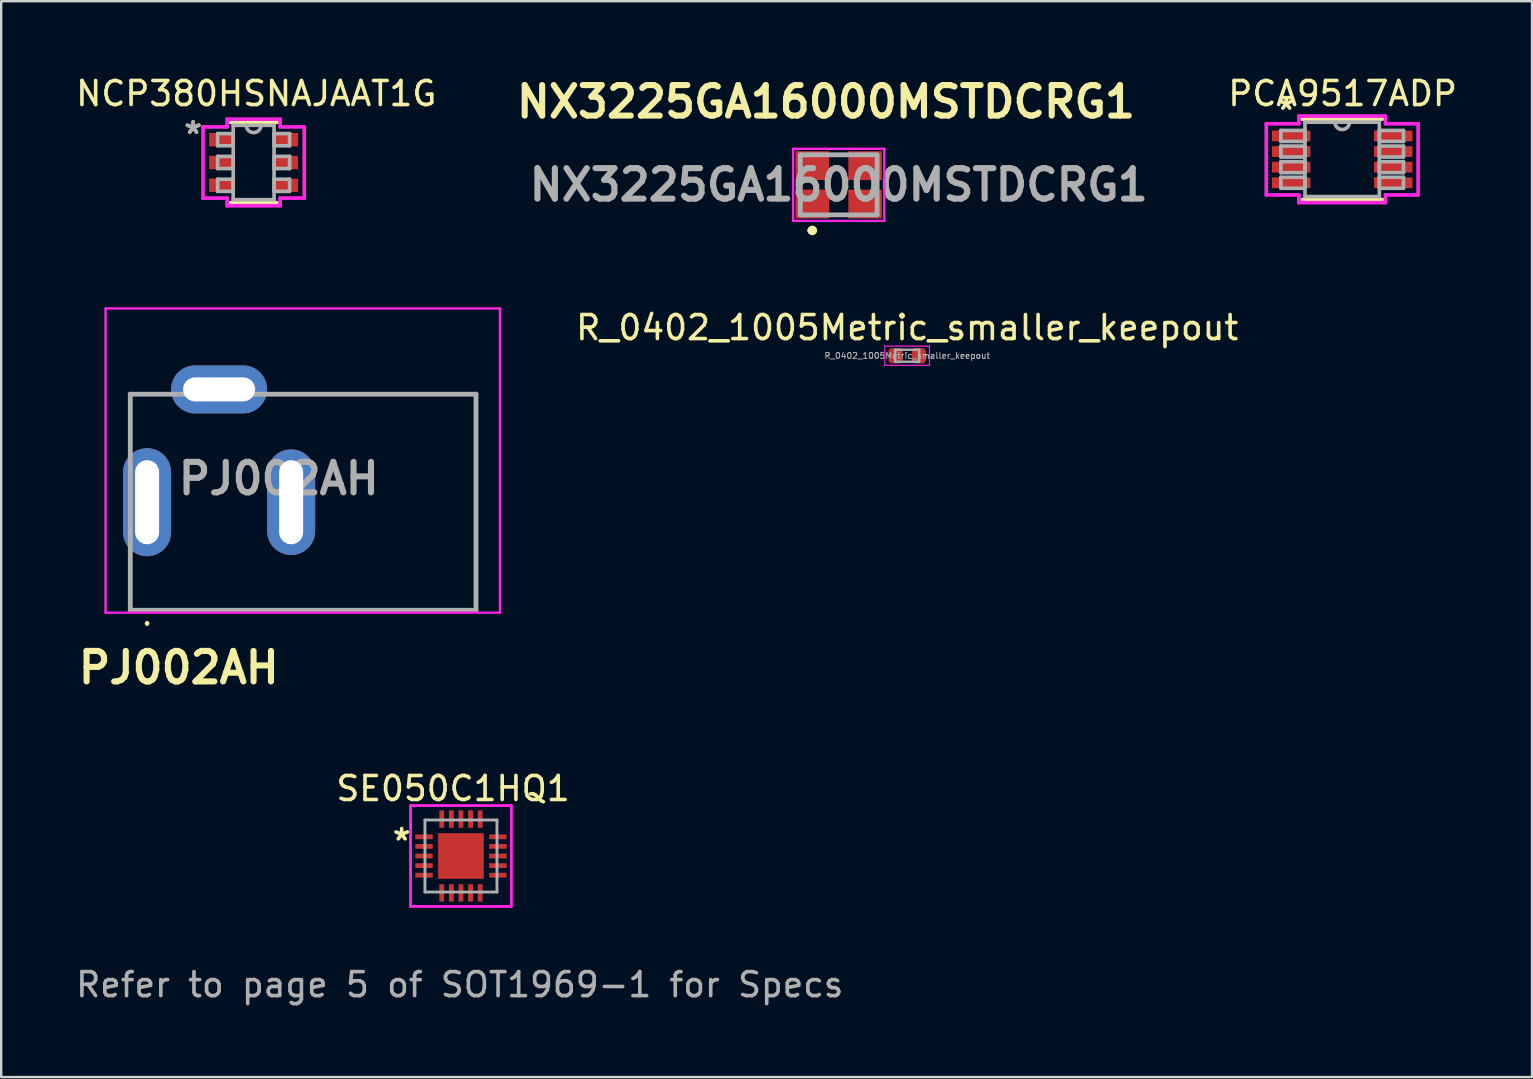
<source format=kicad_pcb>
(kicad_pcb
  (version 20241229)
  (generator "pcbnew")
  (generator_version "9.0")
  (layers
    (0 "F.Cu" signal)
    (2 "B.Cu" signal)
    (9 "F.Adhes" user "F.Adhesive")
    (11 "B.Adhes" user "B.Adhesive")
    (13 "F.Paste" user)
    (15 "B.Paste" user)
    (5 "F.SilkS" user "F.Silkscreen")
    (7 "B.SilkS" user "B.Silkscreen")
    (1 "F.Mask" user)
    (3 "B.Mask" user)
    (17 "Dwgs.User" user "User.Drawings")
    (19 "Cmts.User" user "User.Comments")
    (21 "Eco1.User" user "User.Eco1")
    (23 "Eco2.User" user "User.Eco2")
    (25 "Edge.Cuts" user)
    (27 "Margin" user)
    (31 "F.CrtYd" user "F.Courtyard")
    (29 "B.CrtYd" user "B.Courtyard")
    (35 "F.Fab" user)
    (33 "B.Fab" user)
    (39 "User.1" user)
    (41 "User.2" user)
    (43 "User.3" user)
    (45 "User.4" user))
  (footprint "R_0402_1005Metric_smaller_keepout"
    (layer "F.Cu")
    (at 34.737 11.767)
    (property "Reference" "R_0402_1005Metric_smaller_keepout" (at 0 -1.17 0) (layer "F.SilkS") (effects (font (size 1 1) (thickness 0.15))))
    (attr smd)
    (fp_line (start -0.93 -0.4) (end 0.93 -0.4) (stroke (width 0.05) (type solid)) (layer "F.CrtYd"))
    (fp_line (start -0.93 0.4) (end -0.93 -0.4) (stroke (width 0.05) (type solid)) (layer "F.CrtYd"))
    (fp_line (start 0.93 -0.4) (end 0.93 0.4) (stroke (width 0.05) (type solid)) (layer "F.CrtYd"))
    (fp_line (start 0.93 0.4) (end -0.93 0.4) (stroke (width 0.05) (type solid)) (layer "F.CrtYd"))
    (fp_line (start -0.5 -0.25) (end 0.5 -0.25) (stroke (width 0.1) (type solid)) (layer "F.Fab"))
    (fp_line (start -0.5 0.25) (end -0.5 -0.25) (stroke (width 0.1) (type solid)) (layer "F.Fab"))
    (fp_line (start 0.5 -0.25) (end 0.5 0.25) (stroke (width 0.1) (type solid)) (layer "F.Fab"))
    (fp_line (start 0.5 0.25) (end -0.5 0.25) (stroke (width 0.1) (type solid)) (layer "F.Fab"))
    (fp_text user "${REFERENCE}" (at 0 0 0) (layer "F.Fab") (effects (font (size 0.25 0.25) (thickness 0.04))))
    (pad "1" smd roundrect (at -0.485 0) (size 0.59 0.64) (layers "F.Cu" "F.Mask" "F.Paste") (roundrect_rratio 0.25))
    (pad "2" smd roundrect (at 0.485 0) (size 0.59 0.64) (layers "F.Cu" "F.Mask" "F.Paste") (roundrect_rratio 0.25)))
  (footprint "SE050C1HQ1"
    (layer "F.Cu")
    (at 16.151 32.606)
    (property "Reference" "SE050C1HQ1" (at -0.33 -2.81 0) (layer "F.SilkS") (effects (font (size 1 1) (thickness 0.15))))
    (attr through_hole)
    (fp_line (start -2.1 -2.1) (end 2.1 -2.1) (stroke (width 0.12) (type solid)) (layer "F.CrtYd"))
    (fp_line (start -2.1 2.1) (end -2.1 -2.1) (stroke (width 0.12) (type solid)) (layer "F.CrtYd"))
    (fp_line (start 2.1 -2.1) (end 2.1 2.1) (stroke (width 0.12) (type solid)) (layer "F.CrtYd"))
    (fp_line (start 2.1 2.1) (end -2.1 2.1) (stroke (width 0.12) (type solid)) (layer "F.CrtYd"))
    (fp_line (start -1.5 1.5) (end -1.5 -1.5) (stroke (width 0.12) (type solid)) (layer "F.Fab"))
    (fp_line (start 1.5 -1.5) (end -1.5 -1.5) (stroke (width 0.12) (type solid)) (layer "F.Fab"))
    (fp_line (start 1.5 -1.5) (end 1.5 1.5) (stroke (width 0.12) (type solid)) (layer "F.Fab"))
    (fp_line (start 1.5 1.5) (end -1.5 1.5) (stroke (width 0.12) (type solid)) (layer "F.Fab"))
    (fp_text user "*" (at -2.47 -0.6 0) (layer "F.SilkS") (effects (font (size 1 1) (thickness 0.15))))
    (fp_text user "Refer to page 5 of SOT1969-1 for Specs" (at -0.05 5.36 0) (layer "F.Fab") (effects (font (size 1 1) (thickness 0.15))))
    (pad "" smd rect (at -0.45 -0.45) (size 0.75 0.75) (layers "F.Paste"))
    (pad "" smd rect (at -0.45 0.45) (size 0.75 0.75) (layers "F.Paste"))
    (pad "" smd rect (at 0.45 -0.45) (size 0.75 0.75) (layers "F.Paste"))
    (pad "" smd rect (at 0.45 0.45) (size 0.75 0.75) (layers "F.Paste"))
    (pad "1" smd rect (at -1.538 -0.8) (size 0.725 0.2) (layers "F.Cu" "F.Mask" "F.Paste"))
    (pad "2" smd rect (at -1.538 -0.4) (size 0.725 0.2) (layers "F.Cu" "F.Mask" "F.Paste"))
    (pad "3" smd rect (at -1.538 0) (size 0.725 0.2) (layers "F.Cu" "F.Mask" "F.Paste"))
    (pad "4" smd rect (at -1.538 0.4) (size 0.725 0.2) (layers "F.Cu" "F.Mask" "F.Paste"))
    (pad "5" smd rect (at -1.538 0.8) (size 0.725 0.2) (layers "F.Cu" "F.Mask" "F.Paste"))
    (pad "6" smd rect (at -0.8 1.538 90) (size 0.725 0.2) (layers "F.Cu" "F.Mask" "F.Paste"))
    (pad "7" smd rect (at -0.4 1.538 90) (size 0.725 0.2) (layers "F.Cu" "F.Mask" "F.Paste"))
    (pad "8" smd rect (at 0 1.538 90) (size 0.725 0.2) (layers "F.Cu" "F.Mask" "F.Paste"))
    (pad "9" smd rect (at 0.4 1.538 90) (size 0.725 0.2) (layers "F.Cu" "F.Mask" "F.Paste"))
    (pad "10" smd rect (at 0.8 1.538 90) (size 0.725 0.2) (layers "F.Cu" "F.Mask" "F.Paste"))
    (pad "11" smd rect (at 1.538 0.8) (size 0.725 0.2) (layers "F.Cu" "F.Mask" "F.Paste"))
    (pad "12" smd rect (at 1.538 0.4) (size 0.725 0.2) (layers "F.Cu" "F.Mask" "F.Paste"))
    (pad "13" smd rect (at 1.538 0) (size 0.725 0.2) (layers "F.Cu" "F.Mask" "F.Paste"))
    (pad "14" smd rect (at 1.538 -0.4) (size 0.725 0.2) (layers "F.Cu" "F.Mask" "F.Paste"))
    (pad "15" smd rect (at 1.538 -0.8) (size 0.725 0.2) (layers "F.Cu" "F.Mask" "F.Paste"))
    (pad "16" smd rect (at 0.8 -1.538 90) (size 0.725 0.2) (layers "F.Cu" "F.Mask" "F.Paste"))
    (pad "17" smd rect (at 0.4 -1.538 90) (size 0.725 0.2) (layers "F.Cu" "F.Mask" "F.Paste"))
    (pad "18" smd rect (at 0 -1.538 90) (size 0.725 0.2) (layers "F.Cu" "F.Mask" "F.Paste"))
    (pad "19" smd rect (at -0.4 -1.538 90) (size 0.725 0.2) (layers "F.Cu" "F.Mask" "F.Paste"))
    (pad "20" smd rect (at -0.8 -1.538 90) (size 0.725 0.2) (layers "F.Cu" "F.Mask" "F.Paste"))
    (pad "21" smd rect (at 0 0) (size 1.9 1.9) (layers "F.Cu" "F.Mask")))
  (footprint "PJ002AH"
    (layer "F.Cu")
    (at 3.077 17.869)
    (property "Reference" "PJ002AH" (at 1.32 6.89 0) (layer "F.SilkS") (effects (font (size 1.27 1.27) (thickness 0.254))))
    (attr through_hole)
    (fp_line (start -0.7 -4.5) (end -0.7 -3) (stroke (width 0.1) (type solid)) (layer "F.SilkS"))
    (fp_line (start -0.7 4.5) (end -0.7 3) (stroke (width 0.1) (type solid)) (layer "F.SilkS"))
    (fp_line (start 0 5) (end 0 5) (stroke (width 0.1) (type solid)) (layer "F.SilkS"))
    (fp_line (start 0 5.1) (end 0 5.1) (stroke (width 0.1) (type solid)) (layer "F.SilkS"))
    (fp_line (start 0.2 -4.5) (end -0.7 -4.5) (stroke (width 0.1) (type solid)) (layer "F.SilkS"))
    (fp_line (start 5.7 -4.5) (end 13.7 -4.5) (stroke (width 0.1) (type solid)) (layer "F.SilkS"))
    (fp_line (start 13.7 -4.5) (end 13.7 4.5) (stroke (width 0.1) (type solid)) (layer "F.SilkS"))
    (fp_line (start 13.7 4.5) (end -0.7 4.5) (stroke (width 0.1) (type solid)) (layer "F.SilkS"))
    (fp_arc (start 0 5) (mid 0.05 5.05) (end 0 5.1) (stroke (width 0.1) (type solid)) (layer "F.SilkS"))
    (fp_arc (start 0 5.1) (mid -0.05 5.05) (end 0 5) (stroke (width 0.1) (type solid)) (layer "F.SilkS"))
    (fp_line (start -1.73 -8.07) (end 14.7 -8.07) (stroke (width 0.1) (type solid)) (layer "F.CrtYd"))
    (fp_line (start -1.73 4.6) (end -1.73 -8.07) (stroke (width 0.1) (type solid)) (layer "F.CrtYd"))
    (fp_line (start 14.7 -8.07) (end 14.7 4.6) (stroke (width 0.1) (type solid)) (layer "F.CrtYd"))
    (fp_line (start 14.7 4.6) (end -1.73 4.6) (stroke (width 0.1) (type solid)) (layer "F.CrtYd"))
    (fp_line (start -0.7 -4.5) (end 13.7 -4.5) (stroke (width 0.2) (type solid)) (layer "F.Fab"))
    (fp_line (start -0.7 4.5) (end -0.7 -4.5) (stroke (width 0.2) (type solid)) (layer "F.Fab"))
    (fp_line (start 13.7 -4.5) (end 13.7 4.5) (stroke (width 0.2) (type solid)) (layer "F.Fab"))
    (fp_line (start 13.7 4.5) (end -0.7 4.5) (stroke (width 0.2) (type solid)) (layer "F.Fab"))
    (fp_text user "${REFERENCE}" (at 5.485 -0.985 0) (layer "F.Fab") (effects (font (size 1.27 1.27) (thickness 0.254))))
    (pad "1" thru_hole oval (at 0 0) (size 2 4.5) (drill oval 1 3.5) (layers "*.Cu" "*.Mask"))
    (pad "2" thru_hole oval (at 6 0) (size 2 4.4) (drill oval 1 3.5) (layers "*.Cu" "*.Mask"))
    (pad "3" thru_hole oval (at 3 -4.7) (size 4 2) (drill oval 3 1) (layers "*.Cu" "*.Mask")))
  (footprint "PCA9517ADP"
    (layer "F.Cu")
    (at 52.857 3.588)
    (property "Reference" "PCA9517ADP" (at 0.02 -2.74 0) (layer "F.SilkS") (effects (font (size 1 1) (thickness 0.15))))
    (attr through_hole)
    (fp_line (start -1.676 1.676) (end 1.676 1.676) (stroke (width 0.152) (type solid)) (layer "F.SilkS"))
    (fp_line (start 1.676 -1.676) (end -1.676 -1.676) (stroke (width 0.152) (type solid)) (layer "F.SilkS"))
    (fp_line (start -3.162 -1.483) (end -1.803 -1.483) (stroke (width 0.152) (type solid)) (layer "F.CrtYd"))
    (fp_line (start -3.162 1.483) (end -3.162 -1.483) (stroke (width 0.152) (type solid)) (layer "F.CrtYd"))
    (fp_line (start -1.803 -1.803) (end 1.803 -1.803) (stroke (width 0.152) (type solid)) (layer "F.CrtYd"))
    (fp_line (start -1.803 -1.483) (end -1.803 -1.803) (stroke (width 0.152) (type solid)) (layer "F.CrtYd"))
    (fp_line (start -1.803 1.483) (end -3.162 1.483) (stroke (width 0.152) (type solid)) (layer "F.CrtYd"))
    (fp_line (start -1.803 1.803) (end -1.803 1.483) (stroke (width 0.152) (type solid)) (layer "F.CrtYd"))
    (fp_line (start 1.803 -1.803) (end 1.803 -1.483) (stroke (width 0.152) (type solid)) (layer "F.CrtYd"))
    (fp_line (start 1.803 -1.483) (end 3.162 -1.483) (stroke (width 0.152) (type solid)) (layer "F.CrtYd"))
    (fp_line (start 1.803 1.483) (end 1.803 1.803) (stroke (width 0.152) (type solid)) (layer "F.CrtYd"))
    (fp_line (start 1.803 1.803) (end -1.803 1.803) (stroke (width 0.152) (type solid)) (layer "F.CrtYd"))
    (fp_line (start 3.162 -1.483) (end 3.162 1.483) (stroke (width 0.152) (type solid)) (layer "F.CrtYd"))
    (fp_line (start 3.162 1.483) (end 1.803 1.483) (stroke (width 0.152) (type solid)) (layer "F.CrtYd"))
    (fp_line (start -2.553 -1.204) (end -2.553 -0.746) (stroke (width 0.152) (type solid)) (layer "F.Fab"))
    (fp_line (start -2.553 -0.746) (end -1.549 -0.746) (stroke (width 0.152) (type solid)) (layer "F.Fab"))
    (fp_line (start -2.553 -0.554) (end -2.553 -0.096) (stroke (width 0.152) (type solid)) (layer "F.Fab"))
    (fp_line (start -2.553 -0.096) (end -1.549 -0.096) (stroke (width 0.152) (type solid)) (layer "F.Fab"))
    (fp_line (start -2.553 0.096) (end -2.553 0.554) (stroke (width 0.152) (type solid)) (layer "F.Fab"))
    (fp_line (start -2.553 0.554) (end -1.549 0.554) (stroke (width 0.152) (type solid)) (layer "F.Fab"))
    (fp_line (start -2.553 0.746) (end -2.553 1.204) (stroke (width 0.152) (type solid)) (layer "F.Fab"))
    (fp_line (start -2.553 1.204) (end -1.549 1.204) (stroke (width 0.152) (type solid)) (layer "F.Fab"))
    (fp_line (start -1.549 -1.549) (end -1.549 1.549) (stroke (width 0.152) (type solid)) (layer "F.Fab"))
    (fp_line (start -1.549 -1.204) (end -2.553 -1.204) (stroke (width 0.152) (type solid)) (layer "F.Fab"))
    (fp_line (start -1.549 -0.746) (end -1.549 -1.204) (stroke (width 0.152) (type solid)) (layer "F.Fab"))
    (fp_line (start -1.549 -0.554) (end -2.553 -0.554) (stroke (width 0.152) (type solid)) (layer "F.Fab"))
    (fp_line (start -1.549 -0.096) (end -1.549 -0.554) (stroke (width 0.152) (type solid)) (layer "F.Fab"))
    (fp_line (start -1.549 0.096) (end -2.553 0.096) (stroke (width 0.152) (type solid)) (layer "F.Fab"))
    (fp_line (start -1.549 0.554) (end -1.549 0.096) (stroke (width 0.152) (type solid)) (layer "F.Fab"))
    (fp_line (start -1.549 0.746) (end -2.553 0.746) (stroke (width 0.152) (type solid)) (layer "F.Fab"))
    (fp_line (start -1.549 1.204) (end -1.549 0.746) (stroke (width 0.152) (type solid)) (layer "F.Fab"))
    (fp_line (start -1.549 1.549) (end 1.549 1.549) (stroke (width 0.152) (type solid)) (layer "F.Fab"))
    (fp_line (start 1.549 -1.549) (end -1.549 -1.549) (stroke (width 0.152) (type solid)) (layer "F.Fab"))
    (fp_line (start 1.549 -1.204) (end 1.549 -0.746) (stroke (width 0.152) (type solid)) (layer "F.Fab"))
    (fp_line (start 1.549 -0.746) (end 2.553 -0.746) (stroke (width 0.152) (type solid)) (layer "F.Fab"))
    (fp_line (start 1.549 -0.554) (end 1.549 -0.096) (stroke (width 0.152) (type solid)) (layer "F.Fab"))
    (fp_line (start 1.549 -0.096) (end 2.553 -0.096) (stroke (width 0.152) (type solid)) (layer "F.Fab"))
    (fp_line (start 1.549 0.096) (end 1.549 0.554) (stroke (width 0.152) (type solid)) (layer "F.Fab"))
    (fp_line (start 1.549 0.554) (end 2.553 0.554) (stroke (width 0.152) (type solid)) (layer "F.Fab"))
    (fp_line (start 1.549 0.746) (end 1.549 1.204) (stroke (width 0.152) (type solid)) (layer "F.Fab"))
    (fp_line (start 1.549 1.204) (end 2.553 1.204) (stroke (width 0.152) (type solid)) (layer "F.Fab"))
    (fp_line (start 1.549 1.549) (end 1.549 -1.549) (stroke (width 0.152) (type solid)) (layer "F.Fab"))
    (fp_line (start 2.553 -1.204) (end 1.549 -1.204) (stroke (width 0.152) (type solid)) (layer "F.Fab"))
    (fp_line (start 2.553 -0.746) (end 2.553 -1.204) (stroke (width 0.152) (type solid)) (layer "F.Fab"))
    (fp_line (start 2.553 -0.554) (end 1.549 -0.554) (stroke (width 0.152) (type solid)) (layer "F.Fab"))
    (fp_line (start 2.553 -0.096) (end 2.553 -0.554) (stroke (width 0.152) (type solid)) (layer "F.Fab"))
    (fp_line (start 2.553 0.096) (end 1.549 0.096) (stroke (width 0.152) (type solid)) (layer "F.Fab"))
    (fp_line (start 2.553 0.554) (end 2.553 0.096) (stroke (width 0.152) (type solid)) (layer "F.Fab"))
    (fp_line (start 2.553 0.746) (end 1.549 0.746) (stroke (width 0.152) (type solid)) (layer "F.Fab"))
    (fp_line (start 2.553 1.204) (end 2.553 0.746) (stroke (width 0.152) (type solid)) (layer "F.Fab"))
    (fp_arc (start 0.3048 -1.5494) (mid 0 -1.2446) (end -0.3048 -1.5494) (stroke (width 0.1524) (type solid)) (layer "F.Fab"))
    (fp_text user "*" (at -2.33 -2.02 0) (layer "F.SilkS") (effects (font (size 1 1) (thickness 0.15))))
    (pad "1" smd rect (at -2.125 -0.975) (size 1.6 0.45) (layers "F.Cu" "F.Mask" "F.Paste"))
    (pad "2" smd rect (at -2.125 -0.325) (size 1.6 0.45) (layers "F.Cu" "F.Mask" "F.Paste"))
    (pad "3" smd rect (at -2.125 0.325) (size 1.6 0.45) (layers "F.Cu" "F.Mask" "F.Paste"))
    (pad "4" smd rect (at -2.125 0.975) (size 1.6 0.45) (layers "F.Cu" "F.Mask" "F.Paste"))
    (pad "5" smd rect (at 2.125 0.975) (size 1.6 0.45) (layers "F.Cu" "F.Mask" "F.Paste"))
    (pad "6" smd rect (at 2.125 0.325) (size 1.6 0.45) (layers "F.Cu" "F.Mask" "F.Paste"))
    (pad "7" smd rect (at 2.125 -0.325) (size 1.6 0.45) (layers "F.Cu" "F.Mask" "F.Paste"))
    (pad "8" smd rect (at 2.125 -0.975) (size 1.6 0.45) (layers "F.Cu" "F.Mask" "F.Paste")))
  (footprint "NX3225GA16000MSTDCRG1"
    (layer "F.Cu")
    (at 31.885 4.649)
    (property "Reference" "NX3225GA16000MSTDCRG1" (at -0.53 -3.46 0) (layer "F.SilkS") (effects (font (size 1.27 1.27) (thickness 0.254))))
    (attr smd)
    (fp_line (start -1.2 1.9) (end -1.2 1.9) (stroke (width 0.2) (type solid)) (layer "F.SilkS"))
    (fp_line (start -1 1.9) (end -1 1.9) (stroke (width 0.2) (type solid)) (layer "F.SilkS"))
    (fp_arc (start -1.2 1.9) (mid -1.1 1.8) (end -1 1.9) (stroke (width 0.2) (type solid)) (layer "F.SilkS"))
    (fp_arc (start -1 1.9) (mid -1.1 2) (end -1.2 1.9) (stroke (width 0.2) (type solid)) (layer "F.SilkS"))
    (fp_line (start -1.9 -1.5) (end 1.9 -1.5) (stroke (width 0.1) (type solid)) (layer "F.CrtYd"))
    (fp_line (start -1.9 1.5) (end -1.9 -1.5) (stroke (width 0.1) (type solid)) (layer "F.CrtYd"))
    (fp_line (start 1.9 -1.5) (end 1.9 1.5) (stroke (width 0.1) (type solid)) (layer "F.CrtYd"))
    (fp_line (start 1.9 1.5) (end -1.9 1.5) (stroke (width 0.1) (type solid)) (layer "F.CrtYd"))
    (fp_line (start -1.6 -1.25) (end 1.6 -1.25) (stroke (width 0.2) (type solid)) (layer "F.Fab"))
    (fp_line (start -1.6 1.25) (end -1.6 -1.25) (stroke (width 0.2) (type solid)) (layer "F.Fab"))
    (fp_line (start 1.6 -1.25) (end 1.6 1.25) (stroke (width 0.2) (type solid)) (layer "F.Fab"))
    (fp_line (start 1.6 1.25) (end -1.6 1.25) (stroke (width 0.2) (type solid)) (layer "F.Fab"))
    (fp_text user "${REFERENCE}" (at 0 0 0) (layer "F.Fab") (effects (font (size 1.27 1.27) (thickness 0.254))))
    (pad "1" smd rect (at -1.1 0.8 90) (size 1.2 1.4) (layers "F.Cu" "F.Mask" "F.Paste"))
    (pad "2" smd rect (at 1.1 0.8 90) (size 1.2 1.4) (layers "F.Cu" "F.Mask" "F.Paste"))
    (pad "3" smd rect (at 1.1 -0.8 90) (size 1.2 1.4) (layers "F.Cu" "F.Mask" "F.Paste"))
    (pad "4" smd rect (at -1.1 -0.8 90) (size 1.2 1.4) (layers "F.Cu" "F.Mask" "F.Paste")))
  (footprint "NCP380HSNAJAAT1G"
    (layer "F.Cu")
    (at 7.515 3.718)
    (property "Reference" "NCP380HSNAJAAT1G" (at 0.11 -2.87 0) (layer "F.SilkS") (effects (font (size 1 1) (thickness 0.15))))
    (attr through_hole)
    (fp_line (start -0.978 1.676) (end 0.978 1.676) (stroke (width 0.152) (type solid)) (layer "F.SilkS"))
    (fp_line (start 0.978 -1.676) (end -0.978 -1.676) (stroke (width 0.152) (type solid)) (layer "F.SilkS"))
    (fp_line (start -2.108 -1.483) (end -1.105 -1.483) (stroke (width 0.152) (type solid)) (layer "F.CrtYd"))
    (fp_line (start -2.108 1.483) (end -2.108 -1.483) (stroke (width 0.152) (type solid)) (layer "F.CrtYd"))
    (fp_line (start -1.105 -1.803) (end 1.105 -1.803) (stroke (width 0.152) (type solid)) (layer "F.CrtYd"))
    (fp_line (start -1.105 -1.483) (end -1.105 -1.803) (stroke (width 0.152) (type solid)) (layer "F.CrtYd"))
    (fp_line (start -1.105 1.483) (end -2.108 1.483) (stroke (width 0.152) (type solid)) (layer "F.CrtYd"))
    (fp_line (start -1.105 1.803) (end -1.105 1.483) (stroke (width 0.152) (type solid)) (layer "F.CrtYd"))
    (fp_line (start 1.105 -1.803) (end 1.105 -1.483) (stroke (width 0.152) (type solid)) (layer "F.CrtYd"))
    (fp_line (start 1.105 -1.483) (end 2.108 -1.483) (stroke (width 0.152) (type solid)) (layer "F.CrtYd"))
    (fp_line (start 1.105 1.483) (end 1.105 1.803) (stroke (width 0.152) (type solid)) (layer "F.CrtYd"))
    (fp_line (start 1.105 1.803) (end -1.105 1.803) (stroke (width 0.152) (type solid)) (layer "F.CrtYd"))
    (fp_line (start 2.108 -1.483) (end 2.108 1.483) (stroke (width 0.152) (type solid)) (layer "F.CrtYd"))
    (fp_line (start 2.108 1.483) (end 1.105 1.483) (stroke (width 0.152) (type solid)) (layer "F.CrtYd"))
    (fp_line (start -1.499 -1.204) (end -1.499 -0.696) (stroke (width 0.152) (type solid)) (layer "F.Fab"))
    (fp_line (start -1.499 -0.696) (end -0.851 -0.696) (stroke (width 0.152) (type solid)) (layer "F.Fab"))
    (fp_line (start -1.499 -0.254) (end -1.499 0.254) (stroke (width 0.152) (type solid)) (layer "F.Fab"))
    (fp_line (start -1.499 0.254) (end -0.851 0.254) (stroke (width 0.152) (type solid)) (layer "F.Fab"))
    (fp_line (start -1.499 0.696) (end -1.499 1.204) (stroke (width 0.152) (type solid)) (layer "F.Fab"))
    (fp_line (start -1.499 1.204) (end -0.851 1.204) (stroke (width 0.152) (type solid)) (layer "F.Fab"))
    (fp_line (start -0.851 -1.549) (end -0.851 1.549) (stroke (width 0.152) (type solid)) (layer "F.Fab"))
    (fp_line (start -0.851 -1.204) (end -1.499 -1.204) (stroke (width 0.152) (type solid)) (layer "F.Fab"))
    (fp_line (start -0.851 -0.696) (end -0.851 -1.204) (stroke (width 0.152) (type solid)) (layer "F.Fab"))
    (fp_line (start -0.851 -0.254) (end -1.499 -0.254) (stroke (width 0.152) (type solid)) (layer "F.Fab"))
    (fp_line (start -0.851 0.254) (end -0.851 -0.254) (stroke (width 0.152) (type solid)) (layer "F.Fab"))
    (fp_line (start -0.851 0.696) (end -1.499 0.696) (stroke (width 0.152) (type solid)) (layer "F.Fab"))
    (fp_line (start -0.851 1.204) (end -0.851 0.696) (stroke (width 0.152) (type solid)) (layer "F.Fab"))
    (fp_line (start -0.851 1.549) (end 0.851 1.549) (stroke (width 0.152) (type solid)) (layer "F.Fab"))
    (fp_line (start 0.851 -1.549) (end -0.851 -1.549) (stroke (width 0.152) (type solid)) (layer "F.Fab"))
    (fp_line (start 0.851 -1.204) (end 0.851 -0.696) (stroke (width 0.152) (type solid)) (layer "F.Fab"))
    (fp_line (start 0.851 -0.696) (end 1.499 -0.696) (stroke (width 0.152) (type solid)) (layer "F.Fab"))
    (fp_line (start 0.851 -0.254) (end 0.851 0.254) (stroke (width 0.152) (type solid)) (layer "F.Fab"))
    (fp_line (start 0.851 0.254) (end 1.499 0.254) (stroke (width 0.152) (type solid)) (layer "F.Fab"))
    (fp_line (start 0.851 0.696) (end 0.851 1.204) (stroke (width 0.152) (type solid)) (layer "F.Fab"))
    (fp_line (start 0.851 1.204) (end 1.499 1.204) (stroke (width 0.152) (type solid)) (layer "F.Fab"))
    (fp_line (start 0.851 1.549) (end 0.851 -1.549) (stroke (width 0.152) (type solid)) (layer "F.Fab"))
    (fp_line (start 1.499 -1.204) (end 0.851 -1.204) (stroke (width 0.152) (type solid)) (layer "F.Fab"))
    (fp_line (start 1.499 -0.696) (end 1.499 -1.204) (stroke (width 0.152) (type solid)) (layer "F.Fab"))
    (fp_line (start 1.499 -0.254) (end 0.851 -0.254) (stroke (width 0.152) (type solid)) (layer "F.Fab"))
    (fp_line (start 1.499 0.254) (end 1.499 -0.254) (stroke (width 0.152) (type solid)) (layer "F.Fab"))
    (fp_line (start 1.499 0.696) (end 0.851 0.696) (stroke (width 0.152) (type solid)) (layer "F.Fab"))
    (fp_line (start 1.499 1.204) (end 1.499 0.696) (stroke (width 0.152) (type solid)) (layer "F.Fab"))
    (fp_arc (start 0.3048 -1.5494) (mid 0 -1.2446) (end -0.3048 -1.5494) (stroke (width 0.1524) (type solid)) (layer "F.Fab"))
    (fp_text user "*" (at -2.52 -1.15 0) (layer "F.SilkS") (effects (font (size 1 1) (thickness 0.15))))
    (fp_text user "*" (at -2.52 -1.15 0) (layer "F.Fab") (effects (font (size 1 1) (thickness 0.15))))
    (pad "1" smd rect (at -1.353 -0.95) (size 1.003 0.559) (layers "F.Cu" "F.Mask" "F.Paste"))
    (pad "2" smd rect (at -1.353 0) (size 1.003 0.559) (layers "F.Cu" "F.Mask" "F.Paste"))
    (pad "3" smd rect (at -1.353 0.95) (size 1.003 0.559) (layers "F.Cu" "F.Mask" "F.Paste"))
    (pad "4" smd rect (at 1.353 0.95) (size 1.003 0.559) (layers "F.Cu" "F.Mask" "F.Paste"))
    (pad "5" smd rect (at 1.353 0) (size 1.003 0.559) (layers "F.Cu" "F.Mask" "F.Paste"))
    (pad "6" smd rect (at 1.353 -0.95) (size 1.003 0.559) (layers "F.Cu" "F.Mask" "F.Paste")))
  (gr_rect
    (start -3 -3)
    (end 60.764 41.814)
    (stroke (width 0.1) (type default))
    (fill no)
    (layer "Edge.Cuts")))
</source>
